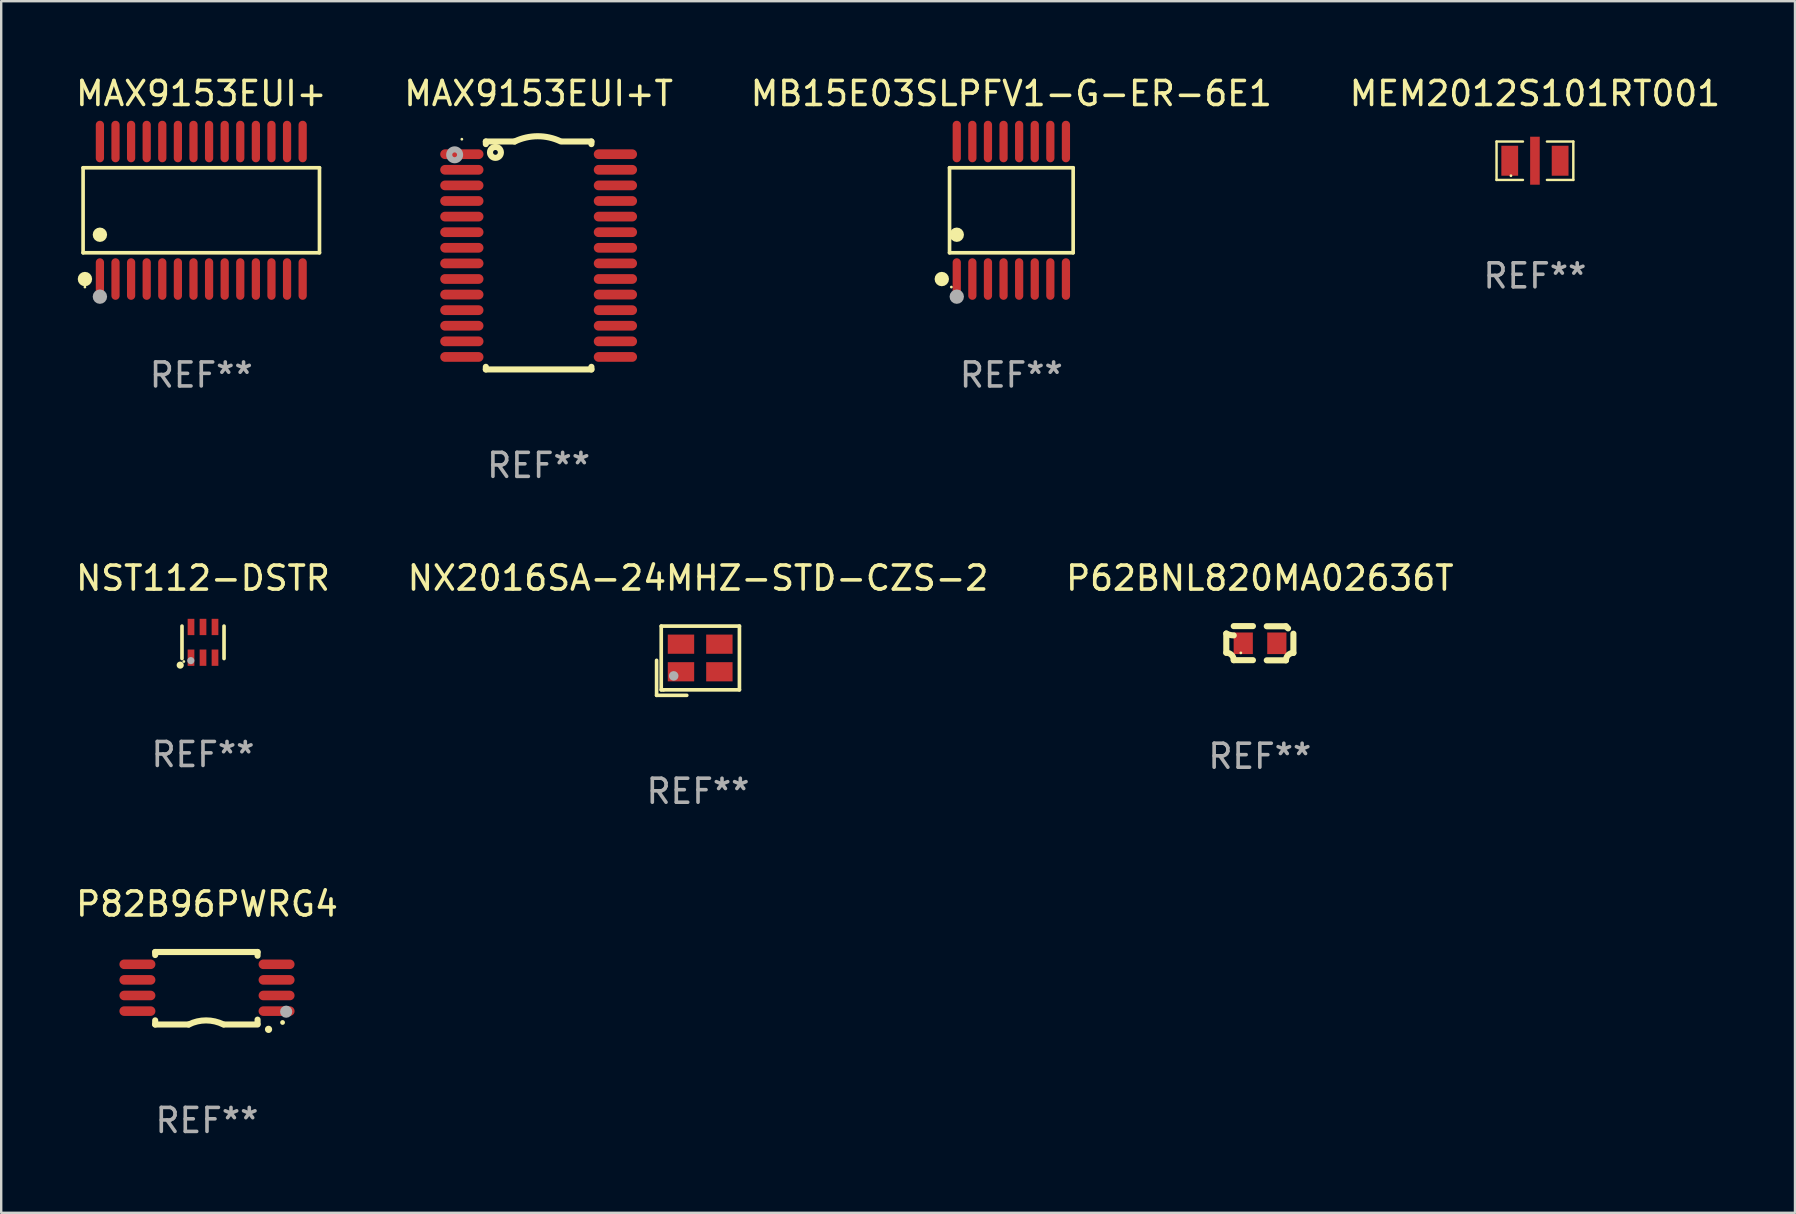
<source format=kicad_pcb>
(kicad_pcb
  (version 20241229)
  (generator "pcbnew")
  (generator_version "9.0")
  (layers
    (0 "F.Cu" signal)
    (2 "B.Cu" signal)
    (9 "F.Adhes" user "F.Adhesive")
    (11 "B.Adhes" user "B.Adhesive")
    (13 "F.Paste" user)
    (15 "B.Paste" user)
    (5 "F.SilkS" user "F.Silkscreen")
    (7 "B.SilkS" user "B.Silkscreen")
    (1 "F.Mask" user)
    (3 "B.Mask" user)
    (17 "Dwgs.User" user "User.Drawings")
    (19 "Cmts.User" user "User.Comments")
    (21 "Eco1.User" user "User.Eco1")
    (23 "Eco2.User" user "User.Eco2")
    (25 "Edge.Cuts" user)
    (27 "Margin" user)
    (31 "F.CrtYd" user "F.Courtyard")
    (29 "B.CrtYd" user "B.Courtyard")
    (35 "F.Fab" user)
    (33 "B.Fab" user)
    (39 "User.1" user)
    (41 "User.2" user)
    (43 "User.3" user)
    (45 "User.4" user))
  (footprint "P62BNL820MA02636T"
    (layer "F.Cu")
    (at 49.458 23.758)
    (property "Reference" "P62BNL820MA02636T" (at 0 -2.713 0) (layer "F.SilkS") (effects (font (size 1 1) (thickness 0.15))))
    (attr through_hole)
    (fp_line (start -1.398 -0.403) (end -1.398 0.397) (stroke (width 0.254) (type solid)) (layer "F.SilkS"))
    (fp_line (start -0.288 -0.713) (end -1.088 -0.713) (stroke (width 0.254) (type solid)) (layer "F.SilkS"))
    (fp_line (start -0.288 0.707) (end -1.088 0.707) (stroke (width 0.254) (type solid)) (layer "F.SilkS"))
    (fp_line (start 0.288 -0.707) (end 1.088 -0.707) (stroke (width 0.254) (type solid)) (layer "F.SilkS"))
    (fp_line (start 0.288 0.713) (end 1.088 0.713) (stroke (width 0.254) (type solid)) (layer "F.SilkS"))
    (fp_line (start 1.398 -0.397) (end 1.398 0.403) (stroke (width 0.254) (type solid)) (layer "F.SilkS"))
    (fp_arc (start -1.397789 0.397066) (mid -1.178701 0.487826) (end -1.08796 0.706922) (stroke (width 0.254001) (type solid)) (layer "F.SilkS"))
    (fp_arc (start -1.08796 -0.327176) (mid -1.247436 -0.346384) (end -1.39779 -0.402908) (stroke (width 0.254001) (type solid)) (layer "F.SilkS"))
    (fp_arc (start 1.087909 0.712738) (mid 1.178656 0.493655) (end 1.397739 0.402908) (stroke (width 0.254001) (type solid)) (layer "F.SilkS"))
    (fp_arc (start 1.175925 -0.618926) (mid 1.131917 -0.662923) (end 1.08791 -0.706922) (stroke (width 0.254001) (type solid)) (layer "F.SilkS"))
    (fp_circle (center -0.792 0.403) (end -0.762 0.403) (stroke (width 0.06) (type solid)) (fill no) (layer "F.SilkS"))
    (fp_text user "REF**" (at 0 4.713 0) (layer "F.Fab") (effects (font (size 1 1) (thickness 0.15))))
    (pad "1" smd rect (at -0.692 0.003) (size 0.8 0.9) (layers "F.Cu" "F.Mask" "F.Paste"))
    (pad "2" smd rect (at 0.708 0.003) (size 0.8 0.9) (layers "F.Cu" "F.Mask" "F.Paste")))
  (footprint "MAX9153EUI+T"
    (layer "F.Cu")
    (at 19.399 7.598)
    (property "Reference" "MAX9153EUI+T" (at 0 -6.75 0) (layer "F.SilkS") (effects (font (size 1 1) (thickness 0.15))))
    (attr through_hole)
    (fp_line (start -2.2 -4.75) (end -2.2 -4.641) (stroke (width 0.254) (type solid)) (layer "F.SilkS"))
    (fp_line (start -2.2 -4.75) (end -1 -4.75) (stroke (width 0.254) (type solid)) (layer "F.SilkS"))
    (fp_line (start -2.2 4.641) (end -2.2 4.75) (stroke (width 0.254) (type solid)) (layer "F.SilkS"))
    (fp_line (start -2.2 4.75) (end 2.2 4.75) (stroke (width 0.254) (type solid)) (layer "F.SilkS"))
    (fp_line (start 2.2 -4.75) (end 1 -4.75) (stroke (width 0.254) (type solid)) (layer "F.SilkS"))
    (fp_line (start 2.2 -4.75) (end 2.2 -4.641) (stroke (width 0.254) (type solid)) (layer "F.SilkS"))
    (fp_line (start 2.2 4.641) (end 2.2 4.75) (stroke (width 0.254) (type solid)) (layer "F.SilkS"))
    (fp_arc (start -1.000025 -4.750013) (mid -0.040073 -4.969719) (end 0.920777 -4.753975) (stroke (width 0.254001) (type solid)) (layer "F.SilkS"))
    (fp_circle (center -3.2 -4.846) (end -3.17 -4.846) (stroke (width 0.06) (type solid)) (fill no) (layer "F.SilkS"))
    (fp_circle (center -1.8 -4.296) (end -1.7 -4.296) (stroke (width 0.254) (type solid)) (fill no) (layer "F.SilkS"))
    (fp_circle (center -3.5 -4.196) (end -3.4 -4.196) (stroke (width 0.254) (type solid)) (fill no) (layer "F.Fab"))
    (fp_text user "REF**" (at 0 8.75 0) (layer "F.Fab") (effects (font (size 1 1) (thickness 0.15))))
    (pad "1" smd oval (at -3.2 -4.221) (size 1.803 0.406) (layers "F.Cu" "F.Mask" "F.Paste"))
    (pad "2" smd oval (at -3.2 -3.571) (size 1.803 0.406) (layers "F.Cu" "F.Mask" "F.Paste"))
    (pad "3" smd oval (at -3.2 -2.921) (size 1.803 0.406) (layers "F.Cu" "F.Mask" "F.Paste"))
    (pad "4" smd oval (at -3.2 -2.271) (size 1.803 0.406) (layers "F.Cu" "F.Mask" "F.Paste"))
    (pad "5" smd oval (at -3.2 -1.621) (size 1.803 0.406) (layers "F.Cu" "F.Mask" "F.Paste"))
    (pad "6" smd oval (at -3.2 -0.971) (size 1.803 0.406) (layers "F.Cu" "F.Mask" "F.Paste"))
    (pad "7" smd oval (at -3.2 -0.321) (size 1.803 0.406) (layers "F.Cu" "F.Mask" "F.Paste"))
    (pad "8" smd oval (at -3.2 0.329) (size 1.803 0.406) (layers "F.Cu" "F.Mask" "F.Paste"))
    (pad "9" smd oval (at -3.2 0.979) (size 1.803 0.406) (layers "F.Cu" "F.Mask" "F.Paste"))
    (pad "10" smd oval (at -3.2 1.629) (size 1.803 0.406) (layers "F.Cu" "F.Mask" "F.Paste"))
    (pad "11" smd oval (at -3.2 2.279) (size 1.803 0.406) (layers "F.Cu" "F.Mask" "F.Paste"))
    (pad "12" smd oval (at -3.2 2.929) (size 1.803 0.406) (layers "F.Cu" "F.Mask" "F.Paste"))
    (pad "13" smd oval (at -3.2 3.579) (size 1.803 0.406) (layers "F.Cu" "F.Mask" "F.Paste"))
    (pad "14" smd oval (at -3.2 4.229) (size 1.803 0.406) (layers "F.Cu" "F.Mask" "F.Paste"))
    (pad "15" smd oval (at 3.2 4.229) (size 1.803 0.406) (layers "F.Cu" "F.Mask" "F.Paste"))
    (pad "16" smd oval (at 3.2 3.579) (size 1.803 0.406) (layers "F.Cu" "F.Mask" "F.Paste"))
    (pad "17" smd oval (at 3.2 2.929) (size 1.803 0.406) (layers "F.Cu" "F.Mask" "F.Paste"))
    (pad "18" smd oval (at 3.2 2.279) (size 1.803 0.406) (layers "F.Cu" "F.Mask" "F.Paste"))
    (pad "19" smd oval (at 3.2 1.629) (size 1.803 0.406) (layers "F.Cu" "F.Mask" "F.Paste"))
    (pad "20" smd oval (at 3.2 0.979) (size 1.803 0.406) (layers "F.Cu" "F.Mask" "F.Paste"))
    (pad "21" smd oval (at 3.2 0.329) (size 1.803 0.406) (layers "F.Cu" "F.Mask" "F.Paste"))
    (pad "22" smd oval (at 3.2 -0.321) (size 1.803 0.406) (layers "F.Cu" "F.Mask" "F.Paste"))
    (pad "23" smd oval (at 3.2 -0.971) (size 1.803 0.406) (layers "F.Cu" "F.Mask" "F.Paste"))
    (pad "24" smd oval (at 3.2 -1.621) (size 1.803 0.406) (layers "F.Cu" "F.Mask" "F.Paste"))
    (pad "25" smd oval (at 3.2 -2.271) (size 1.803 0.406) (layers "F.Cu" "F.Mask" "F.Paste"))
    (pad "26" smd oval (at 3.2 -2.921) (size 1.803 0.406) (layers "F.Cu" "F.Mask" "F.Paste"))
    (pad "27" smd oval (at 3.2 -3.571) (size 1.803 0.406) (layers "F.Cu" "F.Mask" "F.Paste"))
    (pad "28" smd oval (at 3.2 -4.221) (size 1.803 0.406) (layers "F.Cu" "F.Mask" "F.Paste")))
  (footprint "MAX9153EUI+"
    (layer "F.Cu")
    (at 5.339 5.714)
    (property "Reference" "MAX9153EUI+" (at 0 -4.866 0) (layer "F.SilkS") (effects (font (size 1 1) (thickness 0.15))))
    (attr through_hole)
    (fp_line (start -4.926 -1.772) (end 4.926 -1.772) (stroke (width 0.152) (type solid)) (layer "F.SilkS"))
    (fp_line (start -4.926 1.771) (end -4.926 -1.772) (stroke (width 0.152) (type solid)) (layer "F.SilkS"))
    (fp_line (start 4.926 -1.772) (end 4.926 1.771) (stroke (width 0.152) (type solid)) (layer "F.SilkS"))
    (fp_line (start 4.926 1.771) (end -4.926 1.771) (stroke (width 0.152) (type solid)) (layer "F.SilkS"))
    (fp_circle (center -4.85 3.2) (end -4.82 3.2) (stroke (width 0.06) (type solid)) (fill no) (layer "F.SilkS"))
    (fp_circle (center -4.849 2.866) (end -4.699 2.866) (stroke (width 0.3) (type solid)) (fill no) (layer "F.SilkS"))
    (fp_circle (center -4.225 1.019) (end -4.075 1.019) (stroke (width 0.3) (type solid)) (fill no) (layer "F.SilkS"))
    (fp_circle (center -4.225 3.6) (end -4.075 3.6) (stroke (width 0.3) (type solid)) (fill no) (layer "F.Fab"))
    (fp_text user "REF**" (at 0 6.866 0) (layer "F.Fab") (effects (font (size 1 1) (thickness 0.15))))
    (pad "1" smd oval (at -4.225 2.866) (size 0.343 1.731) (layers "F.Cu" "F.Mask" "F.Paste"))
    (pad "2" smd oval (at -3.575 2.866) (size 0.343 1.731) (layers "F.Cu" "F.Mask" "F.Paste"))
    (pad "3" smd oval (at -2.925 2.866) (size 0.343 1.731) (layers "F.Cu" "F.Mask" "F.Paste"))
    (pad "4" smd oval (at -2.275 2.866) (size 0.343 1.731) (layers "F.Cu" "F.Mask" "F.Paste"))
    (pad "5" smd oval (at -1.625 2.866) (size 0.343 1.731) (layers "F.Cu" "F.Mask" "F.Paste"))
    (pad "6" smd oval (at -0.975 2.866) (size 0.343 1.731) (layers "F.Cu" "F.Mask" "F.Paste"))
    (pad "7" smd oval (at -0.325 2.866) (size 0.343 1.731) (layers "F.Cu" "F.Mask" "F.Paste"))
    (pad "8" smd oval (at 0.325 2.866) (size 0.343 1.731) (layers "F.Cu" "F.Mask" "F.Paste"))
    (pad "9" smd oval (at 0.975 2.866) (size 0.343 1.731) (layers "F.Cu" "F.Mask" "F.Paste"))
    (pad "10" smd oval (at 1.625 2.866) (size 0.343 1.731) (layers "F.Cu" "F.Mask" "F.Paste"))
    (pad "11" smd oval (at 2.275 2.866) (size 0.343 1.731) (layers "F.Cu" "F.Mask" "F.Paste"))
    (pad "12" smd oval (at 2.925 2.866) (size 0.343 1.731) (layers "F.Cu" "F.Mask" "F.Paste"))
    (pad "13" smd oval (at 3.575 2.866) (size 0.343 1.731) (layers "F.Cu" "F.Mask" "F.Paste"))
    (pad "14" smd oval (at 4.225 2.866) (size 0.343 1.731) (layers "F.Cu" "F.Mask" "F.Paste"))
    (pad "15" smd oval (at 4.225 -2.866) (size 0.343 1.731) (layers "F.Cu" "F.Mask" "F.Paste"))
    (pad "16" smd oval (at 3.575 -2.866) (size 0.343 1.731) (layers "F.Cu" "F.Mask" "F.Paste"))
    (pad "17" smd oval (at 2.925 -2.866) (size 0.343 1.731) (layers "F.Cu" "F.Mask" "F.Paste"))
    (pad "18" smd oval (at 2.275 -2.866) (size 0.343 1.731) (layers "F.Cu" "F.Mask" "F.Paste"))
    (pad "19" smd oval (at 1.625 -2.866) (size 0.343 1.731) (layers "F.Cu" "F.Mask" "F.Paste"))
    (pad "20" smd oval (at 0.975 -2.866) (size 0.343 1.731) (layers "F.Cu" "F.Mask" "F.Paste"))
    (pad "21" smd oval (at 0.325 -2.866) (size 0.343 1.731) (layers "F.Cu" "F.Mask" "F.Paste"))
    (pad "22" smd oval (at -0.325 -2.866) (size 0.343 1.731) (layers "F.Cu" "F.Mask" "F.Paste"))
    (pad "23" smd oval (at -0.975 -2.866) (size 0.343 1.731) (layers "F.Cu" "F.Mask" "F.Paste"))
    (pad "24" smd oval (at -1.625 -2.866) (size 0.343 1.731) (layers "F.Cu" "F.Mask" "F.Paste"))
    (pad "25" smd oval (at -2.275 -2.866) (size 0.343 1.731) (layers "F.Cu" "F.Mask" "F.Paste"))
    (pad "26" smd oval (at -2.925 -2.866) (size 0.343 1.731) (layers "F.Cu" "F.Mask" "F.Paste"))
    (pad "27" smd oval (at -3.575 -2.866) (size 0.343 1.731) (layers "F.Cu" "F.Mask" "F.Paste"))
    (pad "28" smd oval (at -4.225 -2.866) (size 0.343 1.731) (layers "F.Cu" "F.Mask" "F.Paste")))
  (footprint "NX2016SA-24MHZ-STD-CZS-2"
    (layer "F.Cu")
    (at 26.042 24.487)
    (property "Reference" "NX2016SA-24MHZ-STD-CZS-2" (at 0 -3.443 0) (layer "F.SilkS") (effects (font (size 1 1) (thickness 0.15))))
    (attr through_hole)
    (fp_line (start -1.726 -0.015) (end -1.726 1.443) (stroke (width 0.152) (type solid)) (layer "F.SilkS"))
    (fp_line (start -1.726 1.443) (end -0.469 1.443) (stroke (width 0.152) (type solid)) (layer "F.SilkS"))
    (fp_line (start -1.533 -1.443) (end 1.726 -1.443) (stroke (width 0.152) (type solid)) (layer "F.SilkS"))
    (fp_line (start -1.533 1.214) (end -1.533 -1.443) (stroke (width 0.152) (type solid)) (layer "F.SilkS"))
    (fp_line (start -1.439 1.214) (end -1.533 1.214) (stroke (width 0.152) (type solid)) (layer "F.SilkS"))
    (fp_line (start 1.726 -1.443) (end 1.726 1.214) (stroke (width 0.152) (type solid)) (layer "F.SilkS"))
    (fp_line (start 1.726 1.214) (end -1.439 1.214) (stroke (width 0.152) (type solid)) (layer "F.SilkS"))
    (fp_circle (center -0.91 0.686) (end -0.88 0.686) (stroke (width 0.06) (type solid)) (fill no) (layer "F.SilkS"))
    (fp_circle (center -1.014 0.633) (end -0.914 0.633) (stroke (width 0.2) (type solid)) (fill no) (layer "F.Fab"))
    (fp_text user "REF**" (at 0 5.443 0) (layer "F.Fab") (effects (font (size 1 1) (thickness 0.15))))
    (pad "1" smd rect (at -0.71 0.461) (size 1.1 0.8) (layers "F.Cu" "F.Mask" "F.Paste"))
    (pad "2" smd rect (at 0.89 0.461) (size 1.1 0.8) (layers "F.Cu" "F.Mask" "F.Paste"))
    (pad "3" smd rect (at 0.89 -0.689) (size 1.1 0.8) (layers "F.Cu" "F.Mask" "F.Paste"))
    (pad "4" smd rect (at -0.71 -0.689) (size 1.1 0.8) (layers "F.Cu" "F.Mask" "F.Paste")))
  (footprint "P82B96PWRG4"
    (layer "F.Cu")
    (at 5.577 38.138)
    (property "Reference" "P82B96PWRG4" (at 0 -3.511 0) (layer "F.SilkS") (effects (font (size 1 1) (thickness 0.15))))
    (attr through_hole)
    (fp_line (start -2.159 -1.511) (end 2.108 -1.511) (stroke (width 0.254) (type solid)) (layer "F.SilkS"))
    (fp_line (start -2.159 -1.384) (end -2.159 -1.511) (stroke (width 0.254) (type solid)) (layer "F.SilkS"))
    (fp_line (start -2.159 1.511) (end -2.159 1.339) (stroke (width 0.254) (type solid)) (layer "F.SilkS"))
    (fp_line (start -0.762 1.511) (end -2.159 1.511) (stroke (width 0.254) (type solid)) (layer "F.SilkS"))
    (fp_line (start 2.108 -1.511) (end 2.108 -1.355) (stroke (width 0.254) (type solid)) (layer "F.SilkS"))
    (fp_line (start 2.108 1.309) (end 2.108 1.486) (stroke (width 0.254) (type solid)) (layer "F.SilkS"))
    (fp_line (start 2.108 1.511) (end 0.711 1.511) (stroke (width 0.254) (type solid)) (layer "F.SilkS"))
    (fp_arc (start -0.762002 1.511303) (mid -0.0381 1.340413) (end 0.685801 1.511303) (stroke (width 0.254001) (type solid)) (layer "F.SilkS"))
    (fp_arc (start 2.565405 1.714503) (mid 2.5654 1.713233) (end 2.565405 1.711963) (stroke (width 0.3) (type solid)) (layer "F.SilkS"))
    (fp_circle (center 3.15 1.427) (end 3.2 1.427) (stroke (width 0.1) (type solid)) (fill no) (layer "F.SilkS"))
    (fp_circle (center 3.3 0.977) (end 3.427 0.977) (stroke (width 0.254) (type solid)) (fill no) (layer "F.Fab"))
    (fp_text user "REF**" (at 0 5.511 0) (layer "F.Fab") (effects (font (size 1 1) (thickness 0.15))))
    (pad "1" smd oval (at 2.9 0.953 270) (size 0.4 1.5) (layers "F.Cu" "F.Mask" "F.Paste"))
    (pad "2" smd oval (at 2.9 0.302 270) (size 0.4 1.5) (layers "F.Cu" "F.Mask" "F.Paste"))
    (pad "3" smd oval (at 2.9 -0.348 270) (size 0.4 1.5) (layers "F.Cu" "F.Mask" "F.Paste"))
    (pad "4" smd oval (at 2.9 -0.998 270) (size 0.4 1.5) (layers "F.Cu" "F.Mask" "F.Paste"))
    (pad "5" smd oval (at -2.9 -0.998 270) (size 0.4 1.5) (layers "F.Cu" "F.Mask" "F.Paste"))
    (pad "6" smd oval (at -2.9 -0.348 270) (size 0.4 1.5) (layers "F.Cu" "F.Mask" "F.Paste"))
    (pad "7" smd oval (at -2.9 0.302 270) (size 0.4 1.5) (layers "F.Cu" "F.Mask" "F.Paste"))
    (pad "8" smd oval (at -2.9 0.953 270) (size 0.4 1.5) (layers "F.Cu" "F.Mask" "F.Paste")))
  (footprint "MB15E03SLPFV1-G-ER-6E1"
    (layer "F.Cu")
    (at 39.101 5.714)
    (property "Reference" "MB15E03SLPFV1-G-ER-6E1" (at 0 -4.866 0) (layer "F.SilkS") (effects (font (size 1 1) (thickness 0.15))))
    (attr through_hole)
    (fp_line (start -2.576 -1.772) (end 2.576 -1.772) (stroke (width 0.152) (type solid)) (layer "F.SilkS"))
    (fp_line (start -2.576 1.771) (end -2.576 -1.772) (stroke (width 0.152) (type solid)) (layer "F.SilkS"))
    (fp_line (start 2.576 -1.772) (end 2.576 1.771) (stroke (width 0.152) (type solid)) (layer "F.SilkS"))
    (fp_line (start 2.576 1.771) (end -2.576 1.771) (stroke (width 0.152) (type solid)) (layer "F.SilkS"))
    (fp_circle (center -2.899 2.866) (end -2.749 2.866) (stroke (width 0.3) (type solid)) (fill no) (layer "F.SilkS"))
    (fp_circle (center -2.5 3.2) (end -2.47 3.2) (stroke (width 0.06) (type solid)) (fill no) (layer "F.SilkS"))
    (fp_circle (center -2.275 1.019) (end -2.125 1.019) (stroke (width 0.3) (type solid)) (fill no) (layer "F.SilkS"))
    (fp_circle (center -2.275 3.6) (end -2.125 3.6) (stroke (width 0.3) (type solid)) (fill no) (layer "F.Fab"))
    (fp_text user "REF**" (at 0 6.866 0) (layer "F.Fab") (effects (font (size 1 1) (thickness 0.15))))
    (pad "1" smd oval (at -2.275 2.866) (size 0.343 1.731) (layers "F.Cu" "F.Mask" "F.Paste"))
    (pad "2" smd oval (at -1.625 2.866) (size 0.343 1.731) (layers "F.Cu" "F.Mask" "F.Paste"))
    (pad "3" smd oval (at -0.975 2.866) (size 0.343 1.731) (layers "F.Cu" "F.Mask" "F.Paste"))
    (pad "4" smd oval (at -0.325 2.866) (size 0.343 1.731) (layers "F.Cu" "F.Mask" "F.Paste"))
    (pad "5" smd oval (at 0.325 2.866) (size 0.343 1.731) (layers "F.Cu" "F.Mask" "F.Paste"))
    (pad "6" smd oval (at 0.975 2.866) (size 0.343 1.731) (layers "F.Cu" "F.Mask" "F.Paste"))
    (pad "7" smd oval (at 1.625 2.866) (size 0.343 1.731) (layers "F.Cu" "F.Mask" "F.Paste"))
    (pad "8" smd oval (at 2.275 2.866) (size 0.343 1.731) (layers "F.Cu" "F.Mask" "F.Paste"))
    (pad "9" smd oval (at 2.275 -2.866) (size 0.343 1.731) (layers "F.Cu" "F.Mask" "F.Paste"))
    (pad "10" smd oval (at 1.625 -2.866) (size 0.343 1.731) (layers "F.Cu" "F.Mask" "F.Paste"))
    (pad "11" smd oval (at 0.975 -2.866) (size 0.343 1.731) (layers "F.Cu" "F.Mask" "F.Paste"))
    (pad "12" smd oval (at 0.325 -2.866) (size 0.343 1.731) (layers "F.Cu" "F.Mask" "F.Paste"))
    (pad "13" smd oval (at -0.325 -2.866) (size 0.343 1.731) (layers "F.Cu" "F.Mask" "F.Paste"))
    (pad "14" smd oval (at -0.975 -2.866) (size 0.343 1.731) (layers "F.Cu" "F.Mask" "F.Paste"))
    (pad "15" smd oval (at -1.625 -2.866) (size 0.343 1.731) (layers "F.Cu" "F.Mask" "F.Paste"))
    (pad "16" smd oval (at -2.275 -2.866) (size 0.343 1.731) (layers "F.Cu" "F.Mask" "F.Paste")))
  (footprint "NST112-DSTR"
    (layer "F.Cu")
    (at 5.411 23.721)
    (property "Reference" "NST112-DSTR" (at 0 -2.676 0) (layer "F.SilkS") (effects (font (size 1 1) (thickness 0.15))))
    (attr through_hole)
    (fp_line (start -0.876 0.676) (end -0.876 -0.676) (stroke (width 0.152) (type solid)) (layer "F.SilkS"))
    (fp_line (start 0.876 0.676) (end 0.876 -0.676) (stroke (width 0.152) (type solid)) (layer "F.SilkS"))
    (fp_circle (center -0.95 0.95) (end -0.875 0.95) (stroke (width 0.15) (type solid)) (fill no) (layer "F.SilkS"))
    (fp_circle (center -0.8 0.8) (end -0.77 0.8) (stroke (width 0.06) (type solid)) (fill no) (layer "F.SilkS"))
    (fp_circle (center -0.508 0.762) (end -0.433 0.762) (stroke (width 0.15) (type solid)) (fill no) (layer "F.Fab"))
    (fp_text user "REF**" (at 0 4.676 0) (layer "F.Fab") (effects (font (size 1 1) (thickness 0.15))))
    (pad "1" smd rect (at -0.5 0.64) (size 0.28 0.68) (layers "F.Cu" "F.Mask" "F.Paste"))
    (pad "2" smd rect (at -0.000051 0.64) (size 0.28 0.68) (layers "F.Cu" "F.Mask" "F.Paste"))
    (pad "3" smd rect (at 0.5 0.64) (size 0.28 0.68) (layers "F.Cu" "F.Mask" "F.Paste"))
    (pad "4" smd rect (at 0.5 -0.64) (size 0.28 0.68) (layers "F.Cu" "F.Mask" "F.Paste"))
    (pad "5" smd rect (at -0.000051 -0.64) (size 0.28 0.68) (layers "F.Cu" "F.Mask" "F.Paste"))
    (pad "6" smd rect (at -0.5 -0.64) (size 0.28 0.68) (layers "F.Cu" "F.Mask" "F.Paste")))
  (footprint "MEM2012S101RT001"
    (layer "F.Cu")
    (at 60.923 3.649)
    (property "Reference" "MEM2012S101RT001" (at 0 -2.8 0) (layer "F.SilkS") (effects (font (size 1 1) (thickness 0.15))))
    (attr through_hole)
    (fp_line (start -1.6 -0.8) (end -1.6 0.8) (stroke (width 0.102) (type solid)) (layer "F.SilkS"))
    (fp_line (start -1.6 -0.8) (end -0.5 -0.8) (stroke (width 0.102) (type solid)) (layer "F.SilkS"))
    (fp_line (start -1.6 0.8) (end -0.5 0.8) (stroke (width 0.102) (type solid)) (layer "F.SilkS"))
    (fp_line (start 1.6 -0.8) (end 0.5 -0.8) (stroke (width 0.102) (type solid)) (layer "F.SilkS"))
    (fp_line (start 1.6 0.8) (end 0.5 0.8) (stroke (width 0.102) (type solid)) (layer "F.SilkS"))
    (fp_line (start 1.6 0.8) (end 1.6 -0.8) (stroke (width 0.102) (type solid)) (layer "F.SilkS"))
    (fp_circle (center -1 0.625) (end -0.97 0.625) (stroke (width 0.06) (type solid)) (fill no) (layer "F.SilkS"))
    (fp_text user "REF**" (at 0 4.8 0) (layer "F.Fab") (effects (font (size 1 1) (thickness 0.15))))
    (pad "1" smd rect (at -1.05 0.000013 90) (size 1.25 0.7) (layers "F.Cu" "F.Mask" "F.Paste"))
    (pad "2" smd rect (at 0.000152 -0.001 90) (size 2 0.4) (layers "F.Cu" "F.Mask" "F.Paste"))
    (pad "3" smd rect (at 1.05 0.000013 90) (size 1.25 0.7) (layers "F.Cu" "F.Mask" "F.Paste")))
  (gr_rect
    (start -3 -3)
    (end 71.762 47.498)
    (stroke (width 0.1) (type default))
    (fill no)
    (layer "Edge.Cuts")))
</source>
